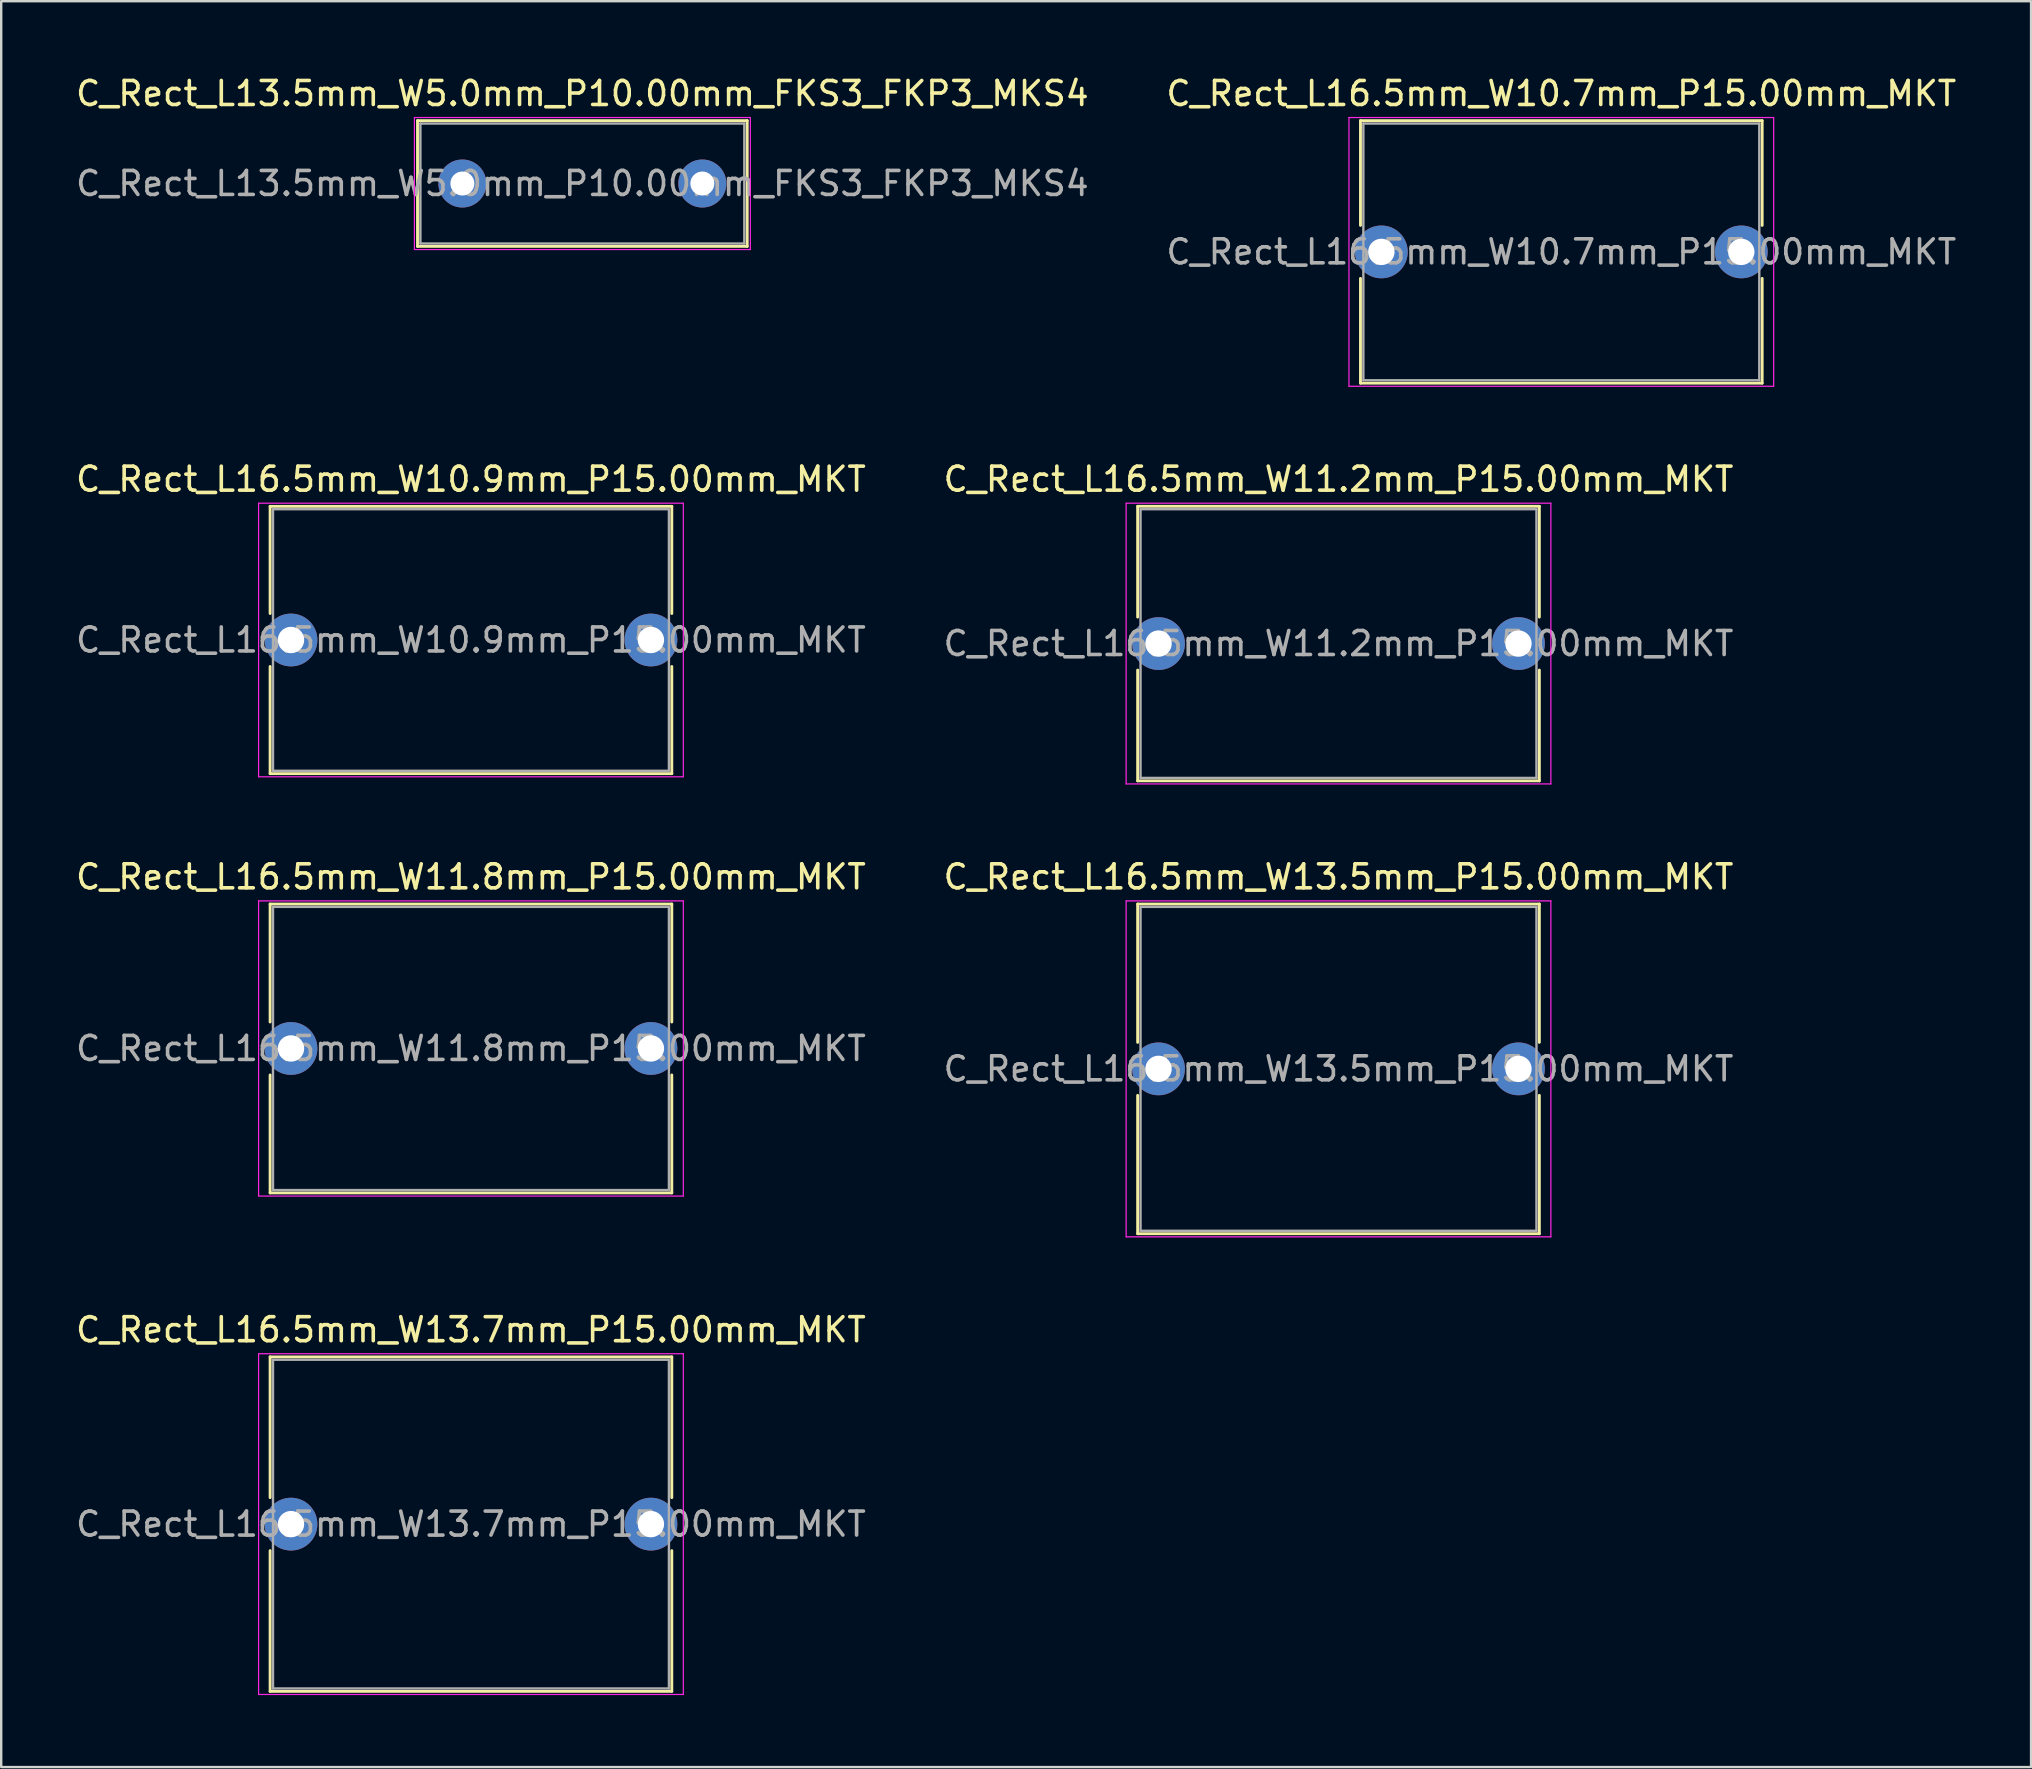
<source format=kicad_pcb>
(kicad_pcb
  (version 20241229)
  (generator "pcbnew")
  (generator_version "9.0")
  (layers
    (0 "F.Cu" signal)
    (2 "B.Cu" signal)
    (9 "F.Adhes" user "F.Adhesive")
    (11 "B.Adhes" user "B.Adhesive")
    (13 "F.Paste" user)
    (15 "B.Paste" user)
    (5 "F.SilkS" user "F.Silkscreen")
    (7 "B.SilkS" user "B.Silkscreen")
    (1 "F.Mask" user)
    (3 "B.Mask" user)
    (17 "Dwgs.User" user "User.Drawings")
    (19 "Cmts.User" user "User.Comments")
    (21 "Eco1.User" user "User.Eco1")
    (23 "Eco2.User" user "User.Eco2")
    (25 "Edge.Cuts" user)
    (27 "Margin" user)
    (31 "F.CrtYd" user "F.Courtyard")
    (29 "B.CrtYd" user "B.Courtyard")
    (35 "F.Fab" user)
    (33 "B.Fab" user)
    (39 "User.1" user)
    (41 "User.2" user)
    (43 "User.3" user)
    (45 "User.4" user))
  (footprint "C_Rect_L16.5mm_W13.7mm_P15.00mm_MKT"
    (layer "F.Cu")
    (at 9.077 60.468)
    (property "Reference" "C_Rect_L16.5mm_W13.7mm_P15.00mm_MKT" (at 7.5 -8.1 0) (layer "F.SilkS") (effects (font (size 1 1) (thickness 0.15))))
    (attr through_hole)
    (fp_line (start -0.87 -6.97) (end -0.87 -1.104) (stroke (width 0.12) (type solid)) (layer "F.SilkS"))
    (fp_line (start -0.87 -6.97) (end 15.87 -6.97) (stroke (width 0.12) (type solid)) (layer "F.SilkS"))
    (fp_line (start -0.87 1.104) (end -0.87 6.97) (stroke (width 0.12) (type solid)) (layer "F.SilkS"))
    (fp_line (start -0.87 6.97) (end 15.87 6.97) (stroke (width 0.12) (type solid)) (layer "F.SilkS"))
    (fp_line (start 15.87 -6.97) (end 15.87 -1.104) (stroke (width 0.12) (type solid)) (layer "F.SilkS"))
    (fp_line (start 15.87 1.104) (end 15.87 6.97) (stroke (width 0.12) (type solid)) (layer "F.SilkS"))
    (fp_line (start -1.35 -7.1) (end -1.35 7.1) (stroke (width 0.05) (type solid)) (layer "F.CrtYd"))
    (fp_line (start -1.35 7.1) (end 16.35 7.1) (stroke (width 0.05) (type solid)) (layer "F.CrtYd"))
    (fp_line (start 16.35 -7.1) (end -1.35 -7.1) (stroke (width 0.05) (type solid)) (layer "F.CrtYd"))
    (fp_line (start 16.35 7.1) (end 16.35 -7.1) (stroke (width 0.05) (type solid)) (layer "F.CrtYd"))
    (fp_line (start -0.75 -6.85) (end -0.75 6.85) (stroke (width 0.1) (type solid)) (layer "F.Fab"))
    (fp_line (start -0.75 6.85) (end 15.75 6.85) (stroke (width 0.1) (type solid)) (layer "F.Fab"))
    (fp_line (start 15.75 -6.85) (end -0.75 -6.85) (stroke (width 0.1) (type solid)) (layer "F.Fab"))
    (fp_line (start 15.75 6.85) (end 15.75 -6.85) (stroke (width 0.1) (type solid)) (layer "F.Fab"))
    (fp_text user "${REFERENCE}" (at 7.5 0 0) (layer "F.Fab") (effects (font (size 1 1) (thickness 0.15))))
    (pad "1" thru_hole circle (at 0 0) (size 2.2 2.2) (drill 1.1) (layers "*.Cu" "*.Mask"))
    (pad "2" thru_hole circle (at 15 0) (size 2.2 2.2) (drill 1.1) (layers "*.Cu" "*.Mask")))
  (footprint "C_Rect_L16.5mm_W10.9mm_P15.00mm_MKT"
    (layer "F.Cu")
    (at 9.077 23.622)
    (property "Reference" "C_Rect_L16.5mm_W10.9mm_P15.00mm_MKT" (at 7.5 -6.7 0) (layer "F.SilkS") (effects (font (size 1 1) (thickness 0.15))))
    (attr through_hole)
    (fp_line (start -0.87 -5.57) (end -0.87 -1.104) (stroke (width 0.12) (type solid)) (layer "F.SilkS"))
    (fp_line (start -0.87 -5.57) (end 15.87 -5.57) (stroke (width 0.12) (type solid)) (layer "F.SilkS"))
    (fp_line (start -0.87 1.104) (end -0.87 5.57) (stroke (width 0.12) (type solid)) (layer "F.SilkS"))
    (fp_line (start -0.87 5.57) (end 15.87 5.57) (stroke (width 0.12) (type solid)) (layer "F.SilkS"))
    (fp_line (start 15.87 -5.57) (end 15.87 -1.104) (stroke (width 0.12) (type solid)) (layer "F.SilkS"))
    (fp_line (start 15.87 1.104) (end 15.87 5.57) (stroke (width 0.12) (type solid)) (layer "F.SilkS"))
    (fp_line (start -1.35 -5.7) (end -1.35 5.7) (stroke (width 0.05) (type solid)) (layer "F.CrtYd"))
    (fp_line (start -1.35 5.7) (end 16.35 5.7) (stroke (width 0.05) (type solid)) (layer "F.CrtYd"))
    (fp_line (start 16.35 -5.7) (end -1.35 -5.7) (stroke (width 0.05) (type solid)) (layer "F.CrtYd"))
    (fp_line (start 16.35 5.7) (end 16.35 -5.7) (stroke (width 0.05) (type solid)) (layer "F.CrtYd"))
    (fp_line (start -0.75 -5.45) (end -0.75 5.45) (stroke (width 0.1) (type solid)) (layer "F.Fab"))
    (fp_line (start -0.75 5.45) (end 15.75 5.45) (stroke (width 0.1) (type solid)) (layer "F.Fab"))
    (fp_line (start 15.75 -5.45) (end -0.75 -5.45) (stroke (width 0.1) (type solid)) (layer "F.Fab"))
    (fp_line (start 15.75 5.45) (end 15.75 -5.45) (stroke (width 0.1) (type solid)) (layer "F.Fab"))
    (fp_text user "${REFERENCE}" (at 7.5 0 0) (layer "F.Fab") (effects (font (size 1 1) (thickness 0.15))))
    (pad "1" thru_hole circle (at 0 0) (size 2.2 2.2) (drill 1.1) (layers "*.Cu" "*.Mask"))
    (pad "2" thru_hole circle (at 15 0) (size 2.2 2.2) (drill 1.1) (layers "*.Cu" "*.Mask")))
  (footprint "C_Rect_L16.5mm_W10.7mm_P15.00mm_MKT"
    (layer "F.Cu")
    (at 54.518 7.448)
    (property "Reference" "C_Rect_L16.5mm_W10.7mm_P15.00mm_MKT" (at 7.5 -6.6 0) (layer "F.SilkS") (effects (font (size 1 1) (thickness 0.15))))
    (attr through_hole)
    (fp_line (start -0.87 -5.47) (end -0.87 -1.104) (stroke (width 0.12) (type solid)) (layer "F.SilkS"))
    (fp_line (start -0.87 -5.47) (end 15.87 -5.47) (stroke (width 0.12) (type solid)) (layer "F.SilkS"))
    (fp_line (start -0.87 1.104) (end -0.87 5.47) (stroke (width 0.12) (type solid)) (layer "F.SilkS"))
    (fp_line (start -0.87 5.47) (end 15.87 5.47) (stroke (width 0.12) (type solid)) (layer "F.SilkS"))
    (fp_line (start 15.87 -5.47) (end 15.87 -1.104) (stroke (width 0.12) (type solid)) (layer "F.SilkS"))
    (fp_line (start 15.87 1.104) (end 15.87 5.47) (stroke (width 0.12) (type solid)) (layer "F.SilkS"))
    (fp_line (start -1.35 -5.6) (end -1.35 5.6) (stroke (width 0.05) (type solid)) (layer "F.CrtYd"))
    (fp_line (start -1.35 5.6) (end 16.35 5.6) (stroke (width 0.05) (type solid)) (layer "F.CrtYd"))
    (fp_line (start 16.35 -5.6) (end -1.35 -5.6) (stroke (width 0.05) (type solid)) (layer "F.CrtYd"))
    (fp_line (start 16.35 5.6) (end 16.35 -5.6) (stroke (width 0.05) (type solid)) (layer "F.CrtYd"))
    (fp_line (start -0.75 -5.35) (end -0.75 5.35) (stroke (width 0.1) (type solid)) (layer "F.Fab"))
    (fp_line (start -0.75 5.35) (end 15.75 5.35) (stroke (width 0.1) (type solid)) (layer "F.Fab"))
    (fp_line (start 15.75 -5.35) (end -0.75 -5.35) (stroke (width 0.1) (type solid)) (layer "F.Fab"))
    (fp_line (start 15.75 5.35) (end 15.75 -5.35) (stroke (width 0.1) (type solid)) (layer "F.Fab"))
    (fp_text user "${REFERENCE}" (at 7.5 0 0) (layer "F.Fab") (effects (font (size 1 1) (thickness 0.15))))
    (pad "1" thru_hole circle (at 0 0) (size 2.2 2.2) (drill 1.1) (layers "*.Cu" "*.Mask"))
    (pad "2" thru_hole circle (at 15 0) (size 2.2 2.2) (drill 1.1) (layers "*.Cu" "*.Mask")))
  (footprint "C_Rect_L13.5mm_W5.0mm_P10.00mm_FKS3_FKP3_MKS4"
    (layer "F.Cu")
    (at 16.22 4.598)
    (property "Reference" "C_Rect_L13.5mm_W5.0mm_P10.00mm_FKS3_FKP3_MKS4" (at 5 -3.75 0) (layer "F.SilkS") (effects (font (size 1 1) (thickness 0.15))))
    (attr through_hole)
    (fp_line (start -1.87 -2.62) (end -1.87 2.62) (stroke (width 0.12) (type solid)) (layer "F.SilkS"))
    (fp_line (start -1.87 -2.62) (end 11.87 -2.62) (stroke (width 0.12) (type solid)) (layer "F.SilkS"))
    (fp_line (start -1.87 2.62) (end 11.87 2.62) (stroke (width 0.12) (type solid)) (layer "F.SilkS"))
    (fp_line (start 11.87 -2.62) (end 11.87 2.62) (stroke (width 0.12) (type solid)) (layer "F.SilkS"))
    (fp_line (start -2 -2.75) (end -2 2.75) (stroke (width 0.05) (type solid)) (layer "F.CrtYd"))
    (fp_line (start -2 2.75) (end 12 2.75) (stroke (width 0.05) (type solid)) (layer "F.CrtYd"))
    (fp_line (start 12 -2.75) (end -2 -2.75) (stroke (width 0.05) (type solid)) (layer "F.CrtYd"))
    (fp_line (start 12 2.75) (end 12 -2.75) (stroke (width 0.05) (type solid)) (layer "F.CrtYd"))
    (fp_line (start -1.75 -2.5) (end -1.75 2.5) (stroke (width 0.1) (type solid)) (layer "F.Fab"))
    (fp_line (start -1.75 2.5) (end 11.75 2.5) (stroke (width 0.1) (type solid)) (layer "F.Fab"))
    (fp_line (start 11.75 -2.5) (end -1.75 -2.5) (stroke (width 0.1) (type solid)) (layer "F.Fab"))
    (fp_line (start 11.75 2.5) (end 11.75 -2.5) (stroke (width 0.1) (type solid)) (layer "F.Fab"))
    (fp_text user "${REFERENCE}" (at 5 0 0) (layer "F.Fab") (effects (font (size 1 1) (thickness 0.15))))
    (pad "1" thru_hole circle (at 0 0) (size 2 2) (drill 1) (layers "*.Cu" "*.Mask"))
    (pad "2" thru_hole circle (at 10 0) (size 2 2) (drill 1) (layers "*.Cu" "*.Mask")))
  (footprint "C_Rect_L16.5mm_W11.2mm_P15.00mm_MKT"
    (layer "F.Cu")
    (at 45.232 23.771)
    (property "Reference" "C_Rect_L16.5mm_W11.2mm_P15.00mm_MKT" (at 7.5 -6.85 0) (layer "F.SilkS") (effects (font (size 1 1) (thickness 0.15))))
    (attr through_hole)
    (fp_line (start -0.87 -5.72) (end -0.87 -1.104) (stroke (width 0.12) (type solid)) (layer "F.SilkS"))
    (fp_line (start -0.87 -5.72) (end 15.87 -5.72) (stroke (width 0.12) (type solid)) (layer "F.SilkS"))
    (fp_line (start -0.87 1.104) (end -0.87 5.72) (stroke (width 0.12) (type solid)) (layer "F.SilkS"))
    (fp_line (start -0.87 5.72) (end 15.87 5.72) (stroke (width 0.12) (type solid)) (layer "F.SilkS"))
    (fp_line (start 15.87 -5.72) (end 15.87 -1.104) (stroke (width 0.12) (type solid)) (layer "F.SilkS"))
    (fp_line (start 15.87 1.104) (end 15.87 5.72) (stroke (width 0.12) (type solid)) (layer "F.SilkS"))
    (fp_line (start -1.35 -5.85) (end -1.35 5.85) (stroke (width 0.05) (type solid)) (layer "F.CrtYd"))
    (fp_line (start -1.35 5.85) (end 16.35 5.85) (stroke (width 0.05) (type solid)) (layer "F.CrtYd"))
    (fp_line (start 16.35 -5.85) (end -1.35 -5.85) (stroke (width 0.05) (type solid)) (layer "F.CrtYd"))
    (fp_line (start 16.35 5.85) (end 16.35 -5.85) (stroke (width 0.05) (type solid)) (layer "F.CrtYd"))
    (fp_line (start -0.75 -5.6) (end -0.75 5.6) (stroke (width 0.1) (type solid)) (layer "F.Fab"))
    (fp_line (start -0.75 5.6) (end 15.75 5.6) (stroke (width 0.1) (type solid)) (layer "F.Fab"))
    (fp_line (start 15.75 -5.6) (end -0.75 -5.6) (stroke (width 0.1) (type solid)) (layer "F.Fab"))
    (fp_line (start 15.75 5.6) (end 15.75 -5.6) (stroke (width 0.1) (type solid)) (layer "F.Fab"))
    (fp_text user "${REFERENCE}" (at 7.5 0 0) (layer "F.Fab") (effects (font (size 1 1) (thickness 0.15))))
    (pad "1" thru_hole circle (at 0 0) (size 2.2 2.2) (drill 1.1) (layers "*.Cu" "*.Mask"))
    (pad "2" thru_hole circle (at 15 0) (size 2.2 2.2) (drill 1.1) (layers "*.Cu" "*.Mask")))
  (footprint "C_Rect_L16.5mm_W11.8mm_P15.00mm_MKT"
    (layer "F.Cu")
    (at 9.077 40.645)
    (property "Reference" "C_Rect_L16.5mm_W11.8mm_P15.00mm_MKT" (at 7.5 -7.15 0) (layer "F.SilkS") (effects (font (size 1 1) (thickness 0.15))))
    (attr through_hole)
    (fp_line (start -0.87 -6.02) (end -0.87 -1.104) (stroke (width 0.12) (type solid)) (layer "F.SilkS"))
    (fp_line (start -0.87 -6.02) (end 15.87 -6.02) (stroke (width 0.12) (type solid)) (layer "F.SilkS"))
    (fp_line (start -0.87 1.104) (end -0.87 6.02) (stroke (width 0.12) (type solid)) (layer "F.SilkS"))
    (fp_line (start -0.87 6.02) (end 15.87 6.02) (stroke (width 0.12) (type solid)) (layer "F.SilkS"))
    (fp_line (start 15.87 -6.02) (end 15.87 -1.104) (stroke (width 0.12) (type solid)) (layer "F.SilkS"))
    (fp_line (start 15.87 1.104) (end 15.87 6.02) (stroke (width 0.12) (type solid)) (layer "F.SilkS"))
    (fp_line (start -1.35 -6.15) (end -1.35 6.15) (stroke (width 0.05) (type solid)) (layer "F.CrtYd"))
    (fp_line (start -1.35 6.15) (end 16.35 6.15) (stroke (width 0.05) (type solid)) (layer "F.CrtYd"))
    (fp_line (start 16.35 -6.15) (end -1.35 -6.15) (stroke (width 0.05) (type solid)) (layer "F.CrtYd"))
    (fp_line (start 16.35 6.15) (end 16.35 -6.15) (stroke (width 0.05) (type solid)) (layer "F.CrtYd"))
    (fp_line (start -0.75 -5.9) (end -0.75 5.9) (stroke (width 0.1) (type solid)) (layer "F.Fab"))
    (fp_line (start -0.75 5.9) (end 15.75 5.9) (stroke (width 0.1) (type solid)) (layer "F.Fab"))
    (fp_line (start 15.75 -5.9) (end -0.75 -5.9) (stroke (width 0.1) (type solid)) (layer "F.Fab"))
    (fp_line (start 15.75 5.9) (end 15.75 -5.9) (stroke (width 0.1) (type solid)) (layer "F.Fab"))
    (fp_text user "${REFERENCE}" (at 7.5 0 0) (layer "F.Fab") (effects (font (size 1 1) (thickness 0.15))))
    (pad "1" thru_hole circle (at 0 0) (size 2.2 2.2) (drill 1.1) (layers "*.Cu" "*.Mask"))
    (pad "2" thru_hole circle (at 15 0) (size 2.2 2.2) (drill 1.1) (layers "*.Cu" "*.Mask")))
  (footprint "C_Rect_L16.5mm_W13.5mm_P15.00mm_MKT"
    (layer "F.Cu")
    (at 45.232 41.495)
    (property "Reference" "C_Rect_L16.5mm_W13.5mm_P15.00mm_MKT" (at 7.5 -8 0) (layer "F.SilkS") (effects (font (size 1 1) (thickness 0.15))))
    (attr through_hole)
    (fp_line (start -0.87 -6.87) (end -0.87 -1.104) (stroke (width 0.12) (type solid)) (layer "F.SilkS"))
    (fp_line (start -0.87 -6.87) (end 15.87 -6.87) (stroke (width 0.12) (type solid)) (layer "F.SilkS"))
    (fp_line (start -0.87 1.104) (end -0.87 6.87) (stroke (width 0.12) (type solid)) (layer "F.SilkS"))
    (fp_line (start -0.87 6.87) (end 15.87 6.87) (stroke (width 0.12) (type solid)) (layer "F.SilkS"))
    (fp_line (start 15.87 -6.87) (end 15.87 -1.104) (stroke (width 0.12) (type solid)) (layer "F.SilkS"))
    (fp_line (start 15.87 1.104) (end 15.87 6.87) (stroke (width 0.12) (type solid)) (layer "F.SilkS"))
    (fp_line (start -1.35 -7) (end -1.35 7) (stroke (width 0.05) (type solid)) (layer "F.CrtYd"))
    (fp_line (start -1.35 7) (end 16.35 7) (stroke (width 0.05) (type solid)) (layer "F.CrtYd"))
    (fp_line (start 16.35 -7) (end -1.35 -7) (stroke (width 0.05) (type solid)) (layer "F.CrtYd"))
    (fp_line (start 16.35 7) (end 16.35 -7) (stroke (width 0.05) (type solid)) (layer "F.CrtYd"))
    (fp_line (start -0.75 -6.75) (end -0.75 6.75) (stroke (width 0.1) (type solid)) (layer "F.Fab"))
    (fp_line (start -0.75 6.75) (end 15.75 6.75) (stroke (width 0.1) (type solid)) (layer "F.Fab"))
    (fp_line (start 15.75 -6.75) (end -0.75 -6.75) (stroke (width 0.1) (type solid)) (layer "F.Fab"))
    (fp_line (start 15.75 6.75) (end 15.75 -6.75) (stroke (width 0.1) (type solid)) (layer "F.Fab"))
    (fp_text user "${REFERENCE}" (at 7.5 0 0) (layer "F.Fab") (effects (font (size 1 1) (thickness 0.15))))
    (pad "1" thru_hole circle (at 0 0) (size 2.2 2.2) (drill 1.1) (layers "*.Cu" "*.Mask"))
    (pad "2" thru_hole circle (at 15 0) (size 2.2 2.2) (drill 1.1) (layers "*.Cu" "*.Mask")))
  (gr_rect
    (start -3 -3)
    (end 81.595 70.593)
    (stroke (width 0.1) (type default))
    (fill no)
    (layer "Edge.Cuts")))
</source>
